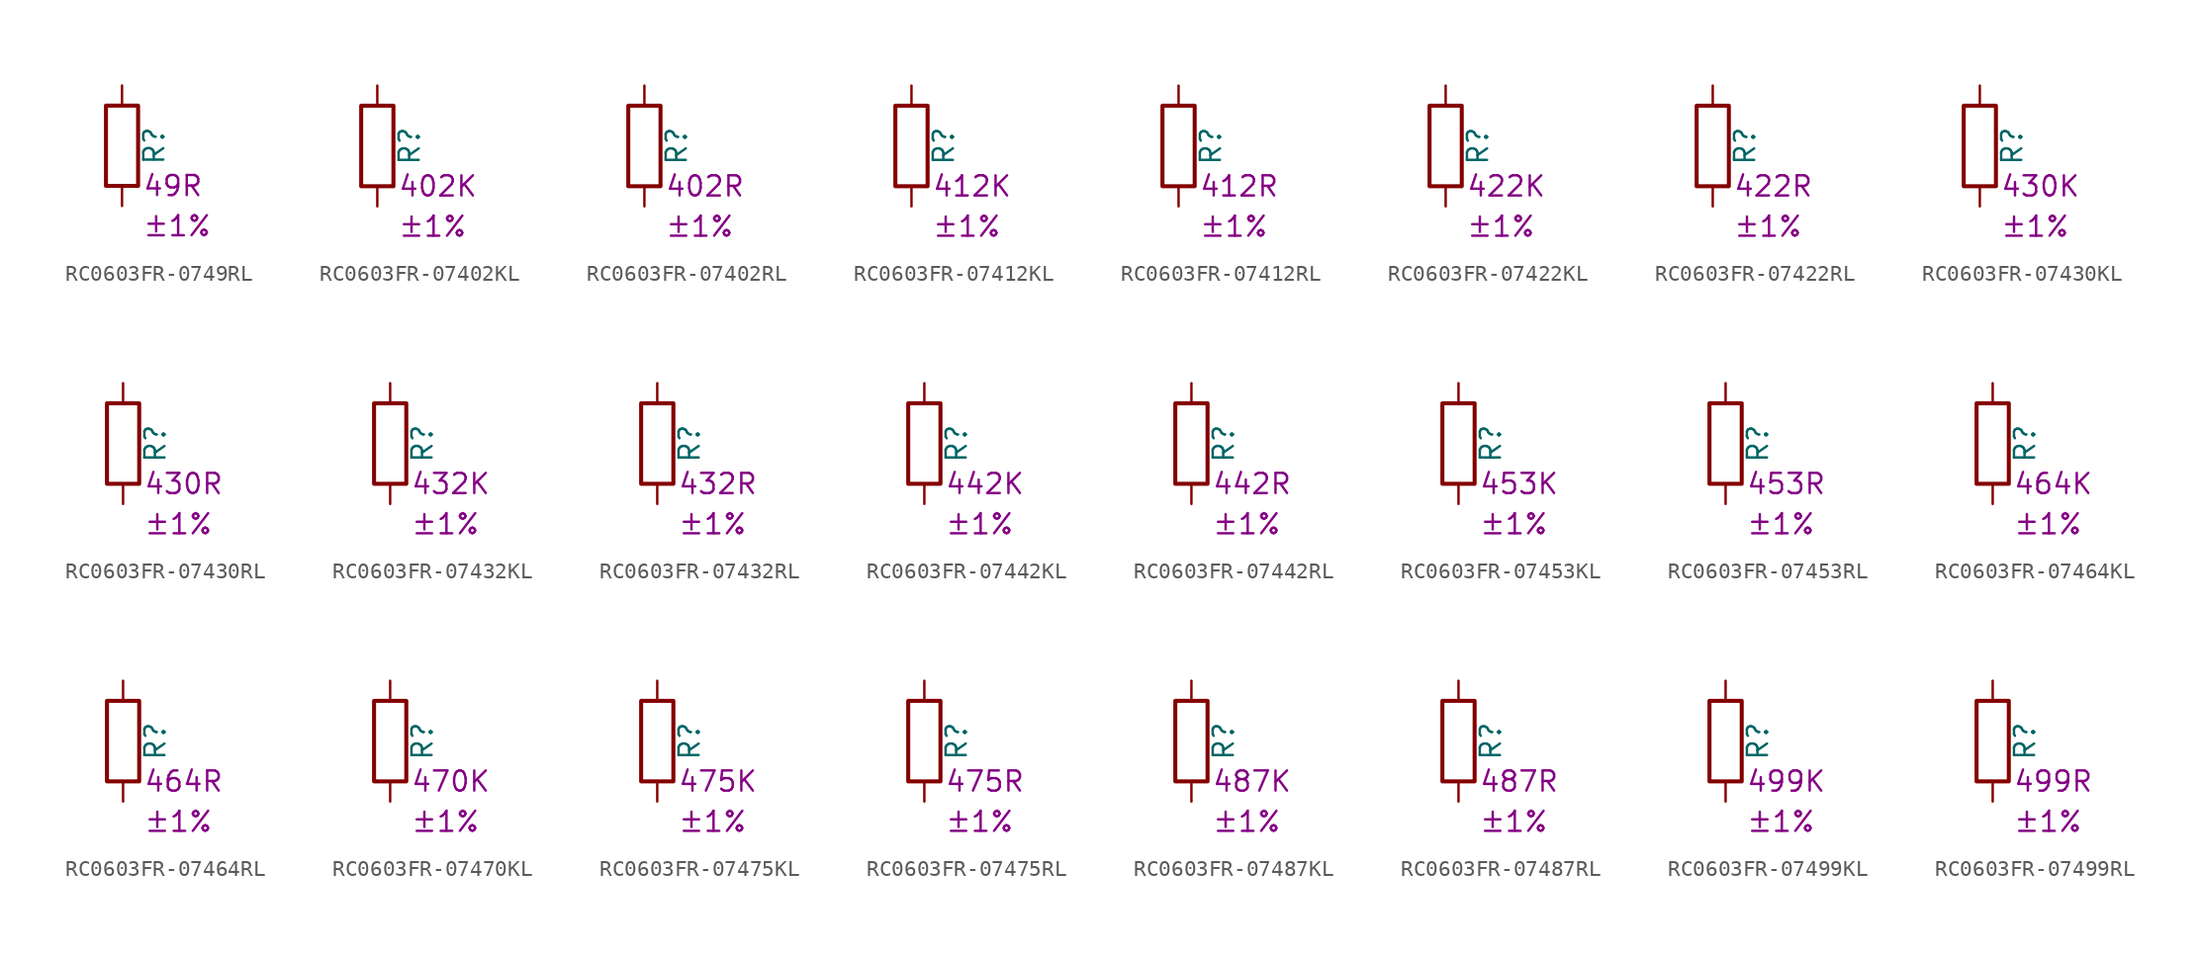
<source format=kicad_sym>
(kicad_symbol_lib
  (version 20220914)
  (generator kicad_symbol_editor)
  (symbol "RC0603FR-0749RL"
    (pin_numbers hide)
    (pin_names
      (offset 0))
    (property "Reference" "R"
      (at 2.032 0 90)
      (effects (font (size 1.27 1.27))))
    (property "Resistance" "49R"
      (at 1.27 -2.54 0)
      (effects (font (size 1.27 1.27)) (justify left)))
    (property "Tolerance" "±1%"
      (at 1.27 -5.08 0)
      (effects (font (size 1.27 1.27)) (justify left)))
    (symbol "RC0603FR-0749RL_0_1"
      (rectangle (start -1.016 -2.54) (end 1.016 2.54) (stroke (width 0.254) (type default)) (fill (type none))))
    (symbol "RC0603FR-0749RL_1_1"
      (pin passive line (at 0 3.81 270) (length 1.27) (name "~" (effects (font (size 1.27 1.27)))) (number "1" (effects (font (size 1.27 1.27)))))
      (pin passive line (at 0 -3.81 90) (length 1.27) (name "~" (effects (font (size 1.27 1.27)))) (number "2" (effects (font (size 1.27 1.27)))))))
  (symbol "RC0603FR-07402KL"
    (pin_numbers hide)
    (pin_names
      (offset 0))
    (property "Reference" "R"
      (at 2.032 0 90)
      (effects (font (size 1.27 1.27))))
    (property "Resistance" "402K"
      (at 1.27 -2.54 0)
      (effects (font (size 1.27 1.27)) (justify left)))
    (property "Tolerance" "±1%"
      (at 1.27 -5.08 0)
      (effects (font (size 1.27 1.27)) (justify left)))
    (symbol "RC0603FR-07402KL_0_1"
      (rectangle (start -1.016 -2.54) (end 1.016 2.54) (stroke (width 0.254) (type default)) (fill (type none))))
    (symbol "RC0603FR-07402KL_1_1"
      (pin passive line (at 0 3.81 270) (length 1.27) (name "~" (effects (font (size 1.27 1.27)))) (number "1" (effects (font (size 1.27 1.27)))))
      (pin passive line (at 0 -3.81 90) (length 1.27) (name "~" (effects (font (size 1.27 1.27)))) (number "2" (effects (font (size 1.27 1.27)))))))
  (symbol "RC0603FR-07402RL"
    (pin_numbers hide)
    (pin_names
      (offset 0))
    (property "Reference" "R"
      (at 2.032 0 90)
      (effects (font (size 1.27 1.27))))
    (property "Resistance" "402R"
      (at 1.27 -2.54 0)
      (effects (font (size 1.27 1.27)) (justify left)))
    (property "Tolerance" "±1%"
      (at 1.27 -5.08 0)
      (effects (font (size 1.27 1.27)) (justify left)))
    (symbol "RC0603FR-07402RL_0_1"
      (rectangle (start -1.016 -2.54) (end 1.016 2.54) (stroke (width 0.254) (type default)) (fill (type none))))
    (symbol "RC0603FR-07402RL_1_1"
      (pin passive line (at 0 3.81 270) (length 1.27) (name "~" (effects (font (size 1.27 1.27)))) (number "1" (effects (font (size 1.27 1.27)))))
      (pin passive line (at 0 -3.81 90) (length 1.27) (name "~" (effects (font (size 1.27 1.27)))) (number "2" (effects (font (size 1.27 1.27)))))))
  (symbol "RC0603FR-07412KL"
    (pin_numbers hide)
    (pin_names
      (offset 0))
    (property "Reference" "R"
      (at 2.032 0 90)
      (effects (font (size 1.27 1.27))))
    (property "Resistance" "412K"
      (at 1.27 -2.54 0)
      (effects (font (size 1.27 1.27)) (justify left)))
    (property "Tolerance" "±1%"
      (at 1.27 -5.08 0)
      (effects (font (size 1.27 1.27)) (justify left)))
    (symbol "RC0603FR-07412KL_0_1"
      (rectangle (start -1.016 -2.54) (end 1.016 2.54) (stroke (width 0.254) (type default)) (fill (type none))))
    (symbol "RC0603FR-07412KL_1_1"
      (pin passive line (at 0 3.81 270) (length 1.27) (name "~" (effects (font (size 1.27 1.27)))) (number "1" (effects (font (size 1.27 1.27)))))
      (pin passive line (at 0 -3.81 90) (length 1.27) (name "~" (effects (font (size 1.27 1.27)))) (number "2" (effects (font (size 1.27 1.27)))))))
  (symbol "RC0603FR-07412RL"
    (pin_numbers hide)
    (pin_names
      (offset 0))
    (property "Reference" "R"
      (at 2.032 0 90)
      (effects (font (size 1.27 1.27))))
    (property "Resistance" "412R"
      (at 1.27 -2.54 0)
      (effects (font (size 1.27 1.27)) (justify left)))
    (property "Tolerance" "±1%"
      (at 1.27 -5.08 0)
      (effects (font (size 1.27 1.27)) (justify left)))
    (symbol "RC0603FR-07412RL_0_1"
      (rectangle (start -1.016 -2.54) (end 1.016 2.54) (stroke (width 0.254) (type default)) (fill (type none))))
    (symbol "RC0603FR-07412RL_1_1"
      (pin passive line (at 0 3.81 270) (length 1.27) (name "~" (effects (font (size 1.27 1.27)))) (number "1" (effects (font (size 1.27 1.27)))))
      (pin passive line (at 0 -3.81 90) (length 1.27) (name "~" (effects (font (size 1.27 1.27)))) (number "2" (effects (font (size 1.27 1.27)))))))
  (symbol "RC0603FR-07422KL"
    (pin_numbers hide)
    (pin_names
      (offset 0))
    (property "Reference" "R"
      (at 2.032 0 90)
      (effects (font (size 1.27 1.27))))
    (property "Resistance" "422K"
      (at 1.27 -2.54 0)
      (effects (font (size 1.27 1.27)) (justify left)))
    (property "Tolerance" "±1%"
      (at 1.27 -5.08 0)
      (effects (font (size 1.27 1.27)) (justify left)))
    (symbol "RC0603FR-07422KL_0_1"
      (rectangle (start -1.016 -2.54) (end 1.016 2.54) (stroke (width 0.254) (type default)) (fill (type none))))
    (symbol "RC0603FR-07422KL_1_1"
      (pin passive line (at 0 3.81 270) (length 1.27) (name "~" (effects (font (size 1.27 1.27)))) (number "1" (effects (font (size 1.27 1.27)))))
      (pin passive line (at 0 -3.81 90) (length 1.27) (name "~" (effects (font (size 1.27 1.27)))) (number "2" (effects (font (size 1.27 1.27)))))))
  (symbol "RC0603FR-07422RL"
    (pin_numbers hide)
    (pin_names
      (offset 0))
    (property "Reference" "R"
      (at 2.032 0 90)
      (effects (font (size 1.27 1.27))))
    (property "Resistance" "422R"
      (at 1.27 -2.54 0)
      (effects (font (size 1.27 1.27)) (justify left)))
    (property "Tolerance" "±1%"
      (at 1.27 -5.08 0)
      (effects (font (size 1.27 1.27)) (justify left)))
    (symbol "RC0603FR-07422RL_0_1"
      (rectangle (start -1.016 -2.54) (end 1.016 2.54) (stroke (width 0.254) (type default)) (fill (type none))))
    (symbol "RC0603FR-07422RL_1_1"
      (pin passive line (at 0 3.81 270) (length 1.27) (name "~" (effects (font (size 1.27 1.27)))) (number "1" (effects (font (size 1.27 1.27)))))
      (pin passive line (at 0 -3.81 90) (length 1.27) (name "~" (effects (font (size 1.27 1.27)))) (number "2" (effects (font (size 1.27 1.27)))))))
  (symbol "RC0603FR-07430KL"
    (pin_numbers hide)
    (pin_names
      (offset 0))
    (property "Reference" "R"
      (at 2.032 0 90)
      (effects (font (size 1.27 1.27))))
    (property "Resistance" "430K"
      (at 1.27 -2.54 0)
      (effects (font (size 1.27 1.27)) (justify left)))
    (property "Tolerance" "±1%"
      (at 1.27 -5.08 0)
      (effects (font (size 1.27 1.27)) (justify left)))
    (symbol "RC0603FR-07430KL_0_1"
      (rectangle (start -1.016 -2.54) (end 1.016 2.54) (stroke (width 0.254) (type default)) (fill (type none))))
    (symbol "RC0603FR-07430KL_1_1"
      (pin passive line (at 0 3.81 270) (length 1.27) (name "~" (effects (font (size 1.27 1.27)))) (number "1" (effects (font (size 1.27 1.27)))))
      (pin passive line (at 0 -3.81 90) (length 1.27) (name "~" (effects (font (size 1.27 1.27)))) (number "2" (effects (font (size 1.27 1.27)))))))
  (symbol "RC0603FR-07430RL"
    (pin_numbers hide)
    (pin_names
      (offset 0))
    (property "Reference" "R"
      (at 2.032 0 90)
      (effects (font (size 1.27 1.27))))
    (property "Resistance" "430R"
      (at 1.27 -2.54 0)
      (effects (font (size 1.27 1.27)) (justify left)))
    (property "Tolerance" "±1%"
      (at 1.27 -5.08 0)
      (effects (font (size 1.27 1.27)) (justify left)))
    (symbol "RC0603FR-07430RL_0_1"
      (rectangle (start -1.016 -2.54) (end 1.016 2.54) (stroke (width 0.254) (type default)) (fill (type none))))
    (symbol "RC0603FR-07430RL_1_1"
      (pin passive line (at 0 3.81 270) (length 1.27) (name "~" (effects (font (size 1.27 1.27)))) (number "1" (effects (font (size 1.27 1.27)))))
      (pin passive line (at 0 -3.81 90) (length 1.27) (name "~" (effects (font (size 1.27 1.27)))) (number "2" (effects (font (size 1.27 1.27)))))))
  (symbol "RC0603FR-07432KL"
    (pin_numbers hide)
    (pin_names
      (offset 0))
    (property "Reference" "R"
      (at 2.032 0 90)
      (effects (font (size 1.27 1.27))))
    (property "Resistance" "432K"
      (at 1.27 -2.54 0)
      (effects (font (size 1.27 1.27)) (justify left)))
    (property "Tolerance" "±1%"
      (at 1.27 -5.08 0)
      (effects (font (size 1.27 1.27)) (justify left)))
    (symbol "RC0603FR-07432KL_0_1"
      (rectangle (start -1.016 -2.54) (end 1.016 2.54) (stroke (width 0.254) (type default)) (fill (type none))))
    (symbol "RC0603FR-07432KL_1_1"
      (pin passive line (at 0 3.81 270) (length 1.27) (name "~" (effects (font (size 1.27 1.27)))) (number "1" (effects (font (size 1.27 1.27)))))
      (pin passive line (at 0 -3.81 90) (length 1.27) (name "~" (effects (font (size 1.27 1.27)))) (number "2" (effects (font (size 1.27 1.27)))))))
  (symbol "RC0603FR-07432RL"
    (pin_numbers hide)
    (pin_names
      (offset 0))
    (property "Reference" "R"
      (at 2.032 0 90)
      (effects (font (size 1.27 1.27))))
    (property "Resistance" "432R"
      (at 1.27 -2.54 0)
      (effects (font (size 1.27 1.27)) (justify left)))
    (property "Tolerance" "±1%"
      (at 1.27 -5.08 0)
      (effects (font (size 1.27 1.27)) (justify left)))
    (symbol "RC0603FR-07432RL_0_1"
      (rectangle (start -1.016 -2.54) (end 1.016 2.54) (stroke (width 0.254) (type default)) (fill (type none))))
    (symbol "RC0603FR-07432RL_1_1"
      (pin passive line (at 0 3.81 270) (length 1.27) (name "~" (effects (font (size 1.27 1.27)))) (number "1" (effects (font (size 1.27 1.27)))))
      (pin passive line (at 0 -3.81 90) (length 1.27) (name "~" (effects (font (size 1.27 1.27)))) (number "2" (effects (font (size 1.27 1.27)))))))
  (symbol "RC0603FR-07442KL"
    (pin_numbers hide)
    (pin_names
      (offset 0))
    (property "Reference" "R"
      (at 2.032 0 90)
      (effects (font (size 1.27 1.27))))
    (property "Resistance" "442K"
      (at 1.27 -2.54 0)
      (effects (font (size 1.27 1.27)) (justify left)))
    (property "Tolerance" "±1%"
      (at 1.27 -5.08 0)
      (effects (font (size 1.27 1.27)) (justify left)))
    (symbol "RC0603FR-07442KL_0_1"
      (rectangle (start -1.016 -2.54) (end 1.016 2.54) (stroke (width 0.254) (type default)) (fill (type none))))
    (symbol "RC0603FR-07442KL_1_1"
      (pin passive line (at 0 3.81 270) (length 1.27) (name "~" (effects (font (size 1.27 1.27)))) (number "1" (effects (font (size 1.27 1.27)))))
      (pin passive line (at 0 -3.81 90) (length 1.27) (name "~" (effects (font (size 1.27 1.27)))) (number "2" (effects (font (size 1.27 1.27)))))))
  (symbol "RC0603FR-07442RL"
    (pin_numbers hide)
    (pin_names
      (offset 0))
    (property "Reference" "R"
      (at 2.032 0 90)
      (effects (font (size 1.27 1.27))))
    (property "Resistance" "442R"
      (at 1.27 -2.54 0)
      (effects (font (size 1.27 1.27)) (justify left)))
    (property "Tolerance" "±1%"
      (at 1.27 -5.08 0)
      (effects (font (size 1.27 1.27)) (justify left)))
    (symbol "RC0603FR-07442RL_0_1"
      (rectangle (start -1.016 -2.54) (end 1.016 2.54) (stroke (width 0.254) (type default)) (fill (type none))))
    (symbol "RC0603FR-07442RL_1_1"
      (pin passive line (at 0 3.81 270) (length 1.27) (name "~" (effects (font (size 1.27 1.27)))) (number "1" (effects (font (size 1.27 1.27)))))
      (pin passive line (at 0 -3.81 90) (length 1.27) (name "~" (effects (font (size 1.27 1.27)))) (number "2" (effects (font (size 1.27 1.27)))))))
  (symbol "RC0603FR-07453KL"
    (pin_numbers hide)
    (pin_names
      (offset 0))
    (property "Reference" "R"
      (at 2.032 0 90)
      (effects (font (size 1.27 1.27))))
    (property "Resistance" "453K"
      (at 1.27 -2.54 0)
      (effects (font (size 1.27 1.27)) (justify left)))
    (property "Tolerance" "±1%"
      (at 1.27 -5.08 0)
      (effects (font (size 1.27 1.27)) (justify left)))
    (symbol "RC0603FR-07453KL_0_1"
      (rectangle (start -1.016 -2.54) (end 1.016 2.54) (stroke (width 0.254) (type default)) (fill (type none))))
    (symbol "RC0603FR-07453KL_1_1"
      (pin passive line (at 0 3.81 270) (length 1.27) (name "~" (effects (font (size 1.27 1.27)))) (number "1" (effects (font (size 1.27 1.27)))))
      (pin passive line (at 0 -3.81 90) (length 1.27) (name "~" (effects (font (size 1.27 1.27)))) (number "2" (effects (font (size 1.27 1.27)))))))
  (symbol "RC0603FR-07453RL"
    (pin_numbers hide)
    (pin_names
      (offset 0))
    (property "Reference" "R"
      (at 2.032 0 90)
      (effects (font (size 1.27 1.27))))
    (property "Resistance" "453R"
      (at 1.27 -2.54 0)
      (effects (font (size 1.27 1.27)) (justify left)))
    (property "Tolerance" "±1%"
      (at 1.27 -5.08 0)
      (effects (font (size 1.27 1.27)) (justify left)))
    (symbol "RC0603FR-07453RL_0_1"
      (rectangle (start -1.016 -2.54) (end 1.016 2.54) (stroke (width 0.254) (type default)) (fill (type none))))
    (symbol "RC0603FR-07453RL_1_1"
      (pin passive line (at 0 3.81 270) (length 1.27) (name "~" (effects (font (size 1.27 1.27)))) (number "1" (effects (font (size 1.27 1.27)))))
      (pin passive line (at 0 -3.81 90) (length 1.27) (name "~" (effects (font (size 1.27 1.27)))) (number "2" (effects (font (size 1.27 1.27)))))))
  (symbol "RC0603FR-07464KL"
    (pin_numbers hide)
    (pin_names
      (offset 0))
    (property "Reference" "R"
      (at 2.032 0 90)
      (effects (font (size 1.27 1.27))))
    (property "Resistance" "464K"
      (at 1.27 -2.54 0)
      (effects (font (size 1.27 1.27)) (justify left)))
    (property "Tolerance" "±1%"
      (at 1.27 -5.08 0)
      (effects (font (size 1.27 1.27)) (justify left)))
    (symbol "RC0603FR-07464KL_0_1"
      (rectangle (start -1.016 -2.54) (end 1.016 2.54) (stroke (width 0.254) (type default)) (fill (type none))))
    (symbol "RC0603FR-07464KL_1_1"
      (pin passive line (at 0 3.81 270) (length 1.27) (name "~" (effects (font (size 1.27 1.27)))) (number "1" (effects (font (size 1.27 1.27)))))
      (pin passive line (at 0 -3.81 90) (length 1.27) (name "~" (effects (font (size 1.27 1.27)))) (number "2" (effects (font (size 1.27 1.27)))))))
  (symbol "RC0603FR-07464RL"
    (pin_numbers hide)
    (pin_names
      (offset 0))
    (property "Reference" "R"
      (at 2.032 0 90)
      (effects (font (size 1.27 1.27))))
    (property "Resistance" "464R"
      (at 1.27 -2.54 0)
      (effects (font (size 1.27 1.27)) (justify left)))
    (property "Tolerance" "±1%"
      (at 1.27 -5.08 0)
      (effects (font (size 1.27 1.27)) (justify left)))
    (symbol "RC0603FR-07464RL_0_1"
      (rectangle (start -1.016 -2.54) (end 1.016 2.54) (stroke (width 0.254) (type default)) (fill (type none))))
    (symbol "RC0603FR-07464RL_1_1"
      (pin passive line (at 0 3.81 270) (length 1.27) (name "~" (effects (font (size 1.27 1.27)))) (number "1" (effects (font (size 1.27 1.27)))))
      (pin passive line (at 0 -3.81 90) (length 1.27) (name "~" (effects (font (size 1.27 1.27)))) (number "2" (effects (font (size 1.27 1.27)))))))
  (symbol "RC0603FR-07470KL"
    (pin_numbers hide)
    (pin_names
      (offset 0))
    (property "Reference" "R"
      (at 2.032 0 90)
      (effects (font (size 1.27 1.27))))
    (property "Resistance" "470K"
      (at 1.27 -2.54 0)
      (effects (font (size 1.27 1.27)) (justify left)))
    (property "Tolerance" "±1%"
      (at 1.27 -5.08 0)
      (effects (font (size 1.27 1.27)) (justify left)))
    (symbol "RC0603FR-07470KL_0_1"
      (rectangle (start -1.016 -2.54) (end 1.016 2.54) (stroke (width 0.254) (type default)) (fill (type none))))
    (symbol "RC0603FR-07470KL_1_1"
      (pin passive line (at 0 3.81 270) (length 1.27) (name "~" (effects (font (size 1.27 1.27)))) (number "1" (effects (font (size 1.27 1.27)))))
      (pin passive line (at 0 -3.81 90) (length 1.27) (name "~" (effects (font (size 1.27 1.27)))) (number "2" (effects (font (size 1.27 1.27)))))))
  (symbol "RC0603FR-07475KL"
    (pin_numbers hide)
    (pin_names
      (offset 0))
    (property "Reference" "R"
      (at 2.032 0 90)
      (effects (font (size 1.27 1.27))))
    (property "Resistance" "475K"
      (at 1.27 -2.54 0)
      (effects (font (size 1.27 1.27)) (justify left)))
    (property "Tolerance" "±1%"
      (at 1.27 -5.08 0)
      (effects (font (size 1.27 1.27)) (justify left)))
    (symbol "RC0603FR-07475KL_0_1"
      (rectangle (start -1.016 -2.54) (end 1.016 2.54) (stroke (width 0.254) (type default)) (fill (type none))))
    (symbol "RC0603FR-07475KL_1_1"
      (pin passive line (at 0 3.81 270) (length 1.27) (name "~" (effects (font (size 1.27 1.27)))) (number "1" (effects (font (size 1.27 1.27)))))
      (pin passive line (at 0 -3.81 90) (length 1.27) (name "~" (effects (font (size 1.27 1.27)))) (number "2" (effects (font (size 1.27 1.27)))))))
  (symbol "RC0603FR-07475RL"
    (pin_numbers hide)
    (pin_names
      (offset 0))
    (property "Reference" "R"
      (at 2.032 0 90)
      (effects (font (size 1.27 1.27))))
    (property "Resistance" "475R"
      (at 1.27 -2.54 0)
      (effects (font (size 1.27 1.27)) (justify left)))
    (property "Tolerance" "±1%"
      (at 1.27 -5.08 0)
      (effects (font (size 1.27 1.27)) (justify left)))
    (symbol "RC0603FR-07475RL_0_1"
      (rectangle (start -1.016 -2.54) (end 1.016 2.54) (stroke (width 0.254) (type default)) (fill (type none))))
    (symbol "RC0603FR-07475RL_1_1"
      (pin passive line (at 0 3.81 270) (length 1.27) (name "~" (effects (font (size 1.27 1.27)))) (number "1" (effects (font (size 1.27 1.27)))))
      (pin passive line (at 0 -3.81 90) (length 1.27) (name "~" (effects (font (size 1.27 1.27)))) (number "2" (effects (font (size 1.27 1.27)))))))
  (symbol "RC0603FR-07487KL"
    (pin_numbers hide)
    (pin_names
      (offset 0))
    (property "Reference" "R"
      (at 2.032 0 90)
      (effects (font (size 1.27 1.27))))
    (property "Resistance" "487K"
      (at 1.27 -2.54 0)
      (effects (font (size 1.27 1.27)) (justify left)))
    (property "Tolerance" "±1%"
      (at 1.27 -5.08 0)
      (effects (font (size 1.27 1.27)) (justify left)))
    (symbol "RC0603FR-07487KL_0_1"
      (rectangle (start -1.016 -2.54) (end 1.016 2.54) (stroke (width 0.254) (type default)) (fill (type none))))
    (symbol "RC0603FR-07487KL_1_1"
      (pin passive line (at 0 3.81 270) (length 1.27) (name "~" (effects (font (size 1.27 1.27)))) (number "1" (effects (font (size 1.27 1.27)))))
      (pin passive line (at 0 -3.81 90) (length 1.27) (name "~" (effects (font (size 1.27 1.27)))) (number "2" (effects (font (size 1.27 1.27)))))))
  (symbol "RC0603FR-07487RL"
    (pin_numbers hide)
    (pin_names
      (offset 0))
    (property "Reference" "R"
      (at 2.032 0 90)
      (effects (font (size 1.27 1.27))))
    (property "Resistance" "487R"
      (at 1.27 -2.54 0)
      (effects (font (size 1.27 1.27)) (justify left)))
    (property "Tolerance" "±1%"
      (at 1.27 -5.08 0)
      (effects (font (size 1.27 1.27)) (justify left)))
    (symbol "RC0603FR-07487RL_0_1"
      (rectangle (start -1.016 -2.54) (end 1.016 2.54) (stroke (width 0.254) (type default)) (fill (type none))))
    (symbol "RC0603FR-07487RL_1_1"
      (pin passive line (at 0 3.81 270) (length 1.27) (name "~" (effects (font (size 1.27 1.27)))) (number "1" (effects (font (size 1.27 1.27)))))
      (pin passive line (at 0 -3.81 90) (length 1.27) (name "~" (effects (font (size 1.27 1.27)))) (number "2" (effects (font (size 1.27 1.27)))))))
  (symbol "RC0603FR-07499KL"
    (pin_numbers hide)
    (pin_names
      (offset 0))
    (property "Reference" "R"
      (at 2.032 0 90)
      (effects (font (size 1.27 1.27))))
    (property "Resistance" "499K"
      (at 1.27 -2.54 0)
      (effects (font (size 1.27 1.27)) (justify left)))
    (property "Tolerance" "±1%"
      (at 1.27 -5.08 0)
      (effects (font (size 1.27 1.27)) (justify left)))
    (symbol "RC0603FR-07499KL_0_1"
      (rectangle (start -1.016 -2.54) (end 1.016 2.54) (stroke (width 0.254) (type default)) (fill (type none))))
    (symbol "RC0603FR-07499KL_1_1"
      (pin passive line (at 0 3.81 270) (length 1.27) (name "~" (effects (font (size 1.27 1.27)))) (number "1" (effects (font (size 1.27 1.27)))))
      (pin passive line (at 0 -3.81 90) (length 1.27) (name "~" (effects (font (size 1.27 1.27)))) (number "2" (effects (font (size 1.27 1.27)))))))
  (symbol "RC0603FR-07499RL"
    (pin_numbers hide)
    (pin_names
      (offset 0))
    (property "Reference" "R"
      (at 2.032 0 90)
      (effects (font (size 1.27 1.27))))
    (property "Resistance" "499R"
      (at 1.27 -2.54 0)
      (effects (font (size 1.27 1.27)) (justify left)))
    (property "Tolerance" "±1%"
      (at 1.27 -5.08 0)
      (effects (font (size 1.27 1.27)) (justify left)))
    (symbol "RC0603FR-07499RL_0_1"
      (rectangle (start -1.016 -2.54) (end 1.016 2.54) (stroke (width 0.254) (type default)) (fill (type none))))
    (symbol "RC0603FR-07499RL_1_1"
      (pin passive line (at 0 3.81 270) (length 1.27) (name "~" (effects (font (size 1.27 1.27)))) (number "1" (effects (font (size 1.27 1.27)))))
      (pin passive line (at 0 -3.81 90) (length 1.27) (name "~" (effects (font (size 1.27 1.27)))) (number "2" (effects (font (size 1.27 1.27))))))))
</source>
